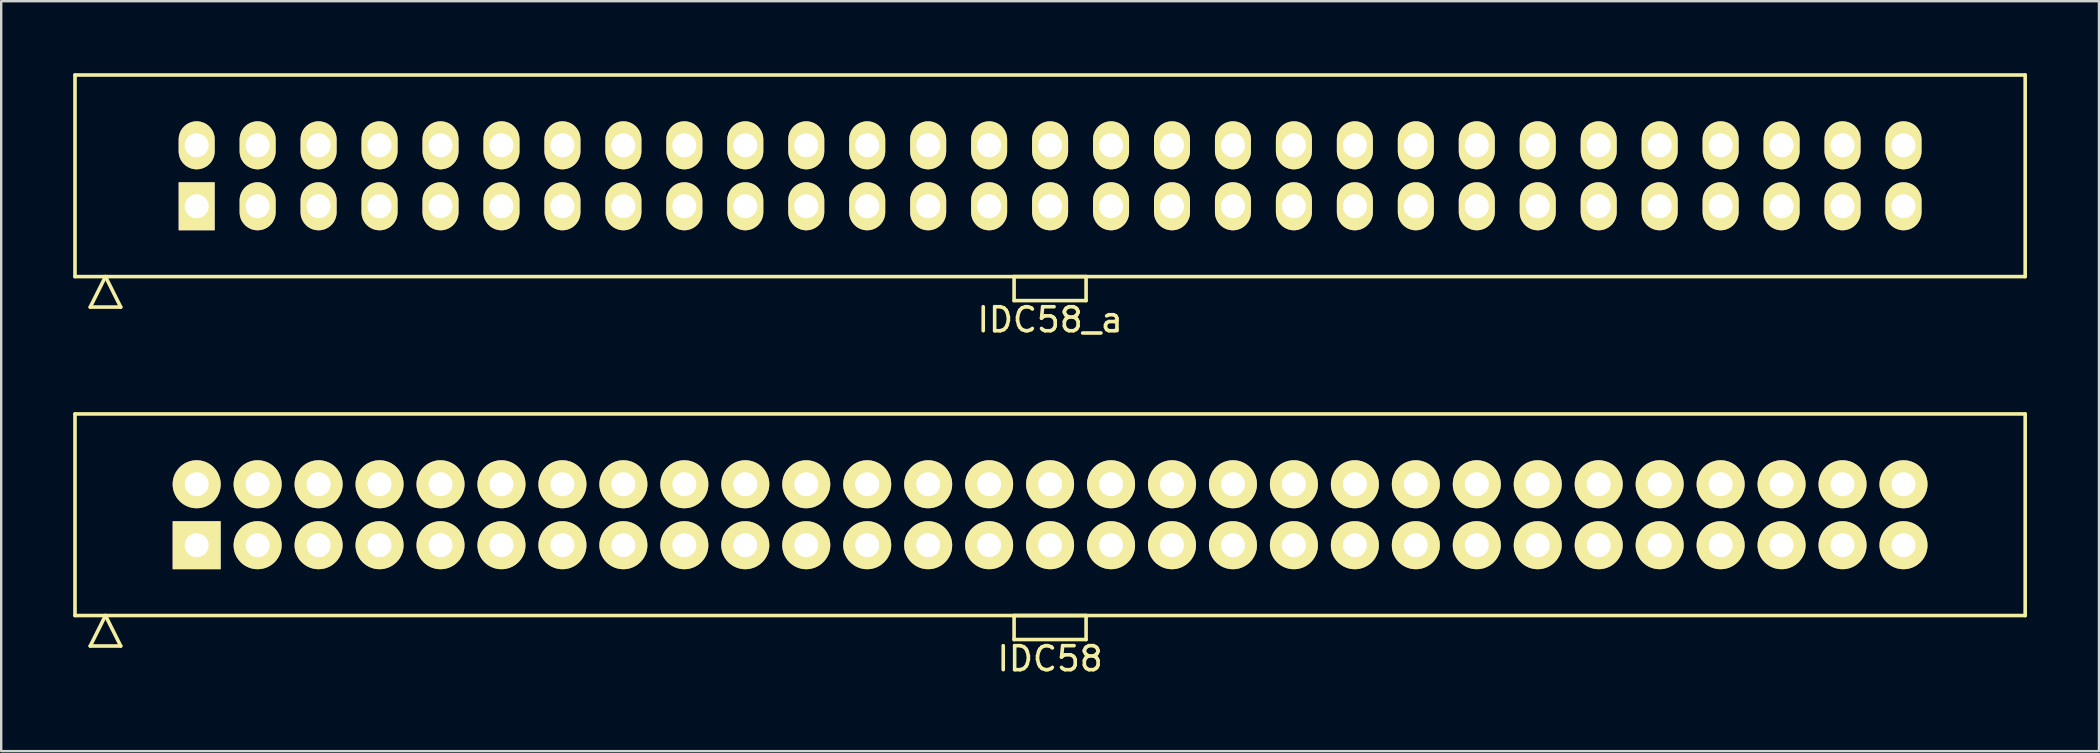
<source format=kicad_pcb>
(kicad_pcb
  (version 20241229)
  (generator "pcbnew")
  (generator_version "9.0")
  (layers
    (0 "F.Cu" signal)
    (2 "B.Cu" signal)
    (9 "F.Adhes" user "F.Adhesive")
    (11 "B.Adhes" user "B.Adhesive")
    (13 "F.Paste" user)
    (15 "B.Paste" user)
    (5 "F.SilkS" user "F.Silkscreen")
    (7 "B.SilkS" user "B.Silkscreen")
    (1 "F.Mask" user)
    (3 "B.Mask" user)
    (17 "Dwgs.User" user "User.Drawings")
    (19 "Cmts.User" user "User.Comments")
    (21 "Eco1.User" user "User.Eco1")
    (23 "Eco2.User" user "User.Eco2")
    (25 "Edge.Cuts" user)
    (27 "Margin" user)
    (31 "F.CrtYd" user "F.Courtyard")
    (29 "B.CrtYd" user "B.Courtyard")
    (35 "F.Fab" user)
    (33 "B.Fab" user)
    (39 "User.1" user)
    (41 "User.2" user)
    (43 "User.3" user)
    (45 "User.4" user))
  (footprint "IDC58"
    (layer "F.Cu")
    (at 40.705 18.398)
    (property "Reference" "IDC58" (at 0 6 0) (layer "F.SilkS") (effects (font (size 1 1) (thickness 0.15))))
    (attr through_hole)
    (fp_line (start -40.63 -4.2) (end -40.63 4.2) (stroke (width 0.15) (type solid)) (layer "F.SilkS"))
    (fp_line (start -40.63 4.2) (end 40.63 4.2) (stroke (width 0.15) (type solid)) (layer "F.SilkS"))
    (fp_line (start -39.995 5.47) (end -39.36 4.2) (stroke (width 0.15) (type solid)) (layer "F.SilkS"))
    (fp_line (start -39.995 5.47) (end -38.725 5.47) (stroke (width 0.15) (type solid)) (layer "F.SilkS"))
    (fp_line (start -38.725 5.47) (end -39.36 4.2) (stroke (width 0.15) (type solid)) (layer "F.SilkS"))
    (fp_line (start -1.5 4.2) (end -1.5 5.2) (stroke (width 0.15) (type solid)) (layer "F.SilkS"))
    (fp_line (start -1.5 5.2) (end 1.5 5.2) (stroke (width 0.15) (type solid)) (layer "F.SilkS"))
    (fp_line (start 1.5 4.2) (end -1.5 4.2) (stroke (width 0.15) (type solid)) (layer "F.SilkS"))
    (fp_line (start 1.5 5.2) (end 1.5 4.2) (stroke (width 0.15) (type solid)) (layer "F.SilkS"))
    (fp_line (start 40.63 -4.2) (end -40.63 -4.2) (stroke (width 0.15) (type solid)) (layer "F.SilkS"))
    (fp_line (start 40.63 4.2) (end 40.63 -4.2) (stroke (width 0.15) (type solid)) (layer "F.SilkS"))
    (pad "1" thru_hole rect (at -35.56 1.27) (size 2 2) (drill 1) (layers "*.Cu" "*.Mask" "F.SilkS"))
    (pad "2" thru_hole oval (at -35.56 -1.27) (size 2 2) (drill 1) (layers "*.Cu" "*.Mask" "F.SilkS"))
    (pad "3" thru_hole oval (at -33.02 1.27) (size 2 2) (drill 1) (layers "*.Cu" "*.Mask" "F.SilkS"))
    (pad "4" thru_hole oval (at -33.02 -1.27) (size 2 2) (drill 1) (layers "*.Cu" "*.Mask" "F.SilkS"))
    (pad "5" thru_hole oval (at -30.48 1.27) (size 2 2) (drill 1) (layers "*.Cu" "*.Mask" "F.SilkS"))
    (pad "6" thru_hole oval (at -30.48 -1.27) (size 2 2) (drill 1) (layers "*.Cu" "*.Mask" "F.SilkS"))
    (pad "7" thru_hole oval (at -27.94 1.27) (size 2 2) (drill 1) (layers "*.Cu" "*.Mask" "F.SilkS"))
    (pad "8" thru_hole oval (at -27.94 -1.27) (size 2 2) (drill 1) (layers "*.Cu" "*.Mask" "F.SilkS"))
    (pad "9" thru_hole oval (at -25.4 1.27) (size 2 2) (drill 1) (layers "*.Cu" "*.Mask" "F.SilkS"))
    (pad "10" thru_hole oval (at -25.4 -1.27) (size 2 2) (drill 1) (layers "*.Cu" "*.Mask" "F.SilkS"))
    (pad "11" thru_hole oval (at -22.86 1.27) (size 2 2) (drill 1) (layers "*.Cu" "*.Mask" "F.SilkS"))
    (pad "12" thru_hole oval (at -22.86 -1.27) (size 2 2) (drill 1) (layers "*.Cu" "*.Mask" "F.SilkS"))
    (pad "13" thru_hole oval (at -20.32 1.27) (size 2 2) (drill 1) (layers "*.Cu" "*.Mask" "F.SilkS"))
    (pad "14" thru_hole oval (at -20.32 -1.27) (size 2 2) (drill 1) (layers "*.Cu" "*.Mask" "F.SilkS"))
    (pad "15" thru_hole oval (at -17.78 1.27) (size 2 2) (drill 1) (layers "*.Cu" "*.Mask" "F.SilkS"))
    (pad "16" thru_hole oval (at -17.78 -1.27) (size 2 2) (drill 1) (layers "*.Cu" "*.Mask" "F.SilkS"))
    (pad "17" thru_hole oval (at -15.24 1.27) (size 2 2) (drill 1) (layers "*.Cu" "*.Mask" "F.SilkS"))
    (pad "18" thru_hole oval (at -15.24 -1.27) (size 2 2) (drill 1) (layers "*.Cu" "*.Mask" "F.SilkS"))
    (pad "19" thru_hole oval (at -12.7 1.27) (size 2 2) (drill 1) (layers "*.Cu" "*.Mask" "F.SilkS"))
    (pad "20" thru_hole oval (at -12.7 -1.27) (size 2 2) (drill 1) (layers "*.Cu" "*.Mask" "F.SilkS"))
    (pad "21" thru_hole oval (at -10.16 1.27) (size 2 2) (drill 1) (layers "*.Cu" "*.Mask" "F.SilkS"))
    (pad "22" thru_hole oval (at -10.16 -1.27) (size 2 2) (drill 1) (layers "*.Cu" "*.Mask" "F.SilkS"))
    (pad "23" thru_hole oval (at -7.62 1.27) (size 2 2) (drill 1) (layers "*.Cu" "*.Mask" "F.SilkS"))
    (pad "24" thru_hole oval (at -7.62 -1.27) (size 2 2) (drill 1) (layers "*.Cu" "*.Mask" "F.SilkS"))
    (pad "25" thru_hole oval (at -5.08 1.27) (size 2 2) (drill 1) (layers "*.Cu" "*.Mask" "F.SilkS"))
    (pad "26" thru_hole oval (at -5.08 -1.27) (size 2 2) (drill 1) (layers "*.Cu" "*.Mask" "F.SilkS"))
    (pad "27" thru_hole oval (at -2.54 1.27) (size 2 2) (drill 1) (layers "*.Cu" "*.Mask" "F.SilkS"))
    (pad "28" thru_hole oval (at -2.54 -1.27) (size 2 2) (drill 1) (layers "*.Cu" "*.Mask" "F.SilkS"))
    (pad "29" thru_hole oval (at 0 1.27) (size 2 2) (drill 1) (layers "*.Cu" "*.Mask" "F.SilkS"))
    (pad "30" thru_hole oval (at 0 -1.27) (size 2 2) (drill 1) (layers "*.Cu" "*.Mask" "F.SilkS"))
    (pad "31" thru_hole oval (at 2.54 1.27) (size 2 2) (drill 1) (layers "*.Cu" "*.Mask" "F.SilkS"))
    (pad "32" thru_hole oval (at 2.54 -1.27) (size 2 2) (drill 1) (layers "*.Cu" "*.Mask" "F.SilkS"))
    (pad "33" thru_hole oval (at 5.08 1.27) (size 2 2) (drill 1) (layers "*.Cu" "*.Mask" "F.SilkS"))
    (pad "34" thru_hole oval (at 5.08 -1.27) (size 2 2) (drill 1) (layers "*.Cu" "*.Mask" "F.SilkS"))
    (pad "35" thru_hole oval (at 7.62 1.27) (size 2 2) (drill 1) (layers "*.Cu" "*.Mask" "F.SilkS"))
    (pad "36" thru_hole oval (at 7.62 -1.27) (size 2 2) (drill 1) (layers "*.Cu" "*.Mask" "F.SilkS"))
    (pad "37" thru_hole oval (at 10.16 1.27) (size 2 2) (drill 1) (layers "*.Cu" "*.Mask" "F.SilkS"))
    (pad "38" thru_hole oval (at 10.16 -1.27) (size 2 2) (drill 1) (layers "*.Cu" "*.Mask" "F.SilkS"))
    (pad "39" thru_hole oval (at 12.7 1.27) (size 2 2) (drill 1) (layers "*.Cu" "*.Mask" "F.SilkS"))
    (pad "40" thru_hole oval (at 12.7 -1.27) (size 2 2) (drill 1) (layers "*.Cu" "*.Mask" "F.SilkS"))
    (pad "41" thru_hole oval (at 15.24 1.27) (size 2 2) (drill 1) (layers "*.Cu" "*.Mask" "F.SilkS"))
    (pad "42" thru_hole oval (at 15.24 -1.27) (size 2 2) (drill 1) (layers "*.Cu" "*.Mask" "F.SilkS"))
    (pad "43" thru_hole oval (at 17.78 1.27) (size 2 2) (drill 1) (layers "*.Cu" "*.Mask" "F.SilkS"))
    (pad "44" thru_hole oval (at 17.78 -1.27) (size 2 2) (drill 1) (layers "*.Cu" "*.Mask" "F.SilkS"))
    (pad "45" thru_hole oval (at 20.32 1.27) (size 2 2) (drill 1) (layers "*.Cu" "*.Mask" "F.SilkS"))
    (pad "46" thru_hole oval (at 20.32 -1.27) (size 2 2) (drill 1) (layers "*.Cu" "*.Mask" "F.SilkS"))
    (pad "47" thru_hole oval (at 22.86 1.27) (size 2 2) (drill 1) (layers "*.Cu" "*.Mask" "F.SilkS"))
    (pad "48" thru_hole oval (at 22.86 -1.27) (size 2 2) (drill 1) (layers "*.Cu" "*.Mask" "F.SilkS"))
    (pad "49" thru_hole oval (at 25.4 1.27) (size 2 2) (drill 1) (layers "*.Cu" "*.Mask" "F.SilkS"))
    (pad "50" thru_hole oval (at 25.4 -1.27) (size 2 2) (drill 1) (layers "*.Cu" "*.Mask" "F.SilkS"))
    (pad "51" thru_hole oval (at 27.94 1.27) (size 2 2) (drill 1) (layers "*.Cu" "*.Mask" "F.SilkS"))
    (pad "52" thru_hole oval (at 27.94 -1.27) (size 2 2) (drill 1) (layers "*.Cu" "*.Mask" "F.SilkS"))
    (pad "53" thru_hole oval (at 30.48 1.27) (size 2 2) (drill 1) (layers "*.Cu" "*.Mask" "F.SilkS"))
    (pad "54" thru_hole oval (at 30.48 -1.27) (size 2 2) (drill 1) (layers "*.Cu" "*.Mask" "F.SilkS"))
    (pad "55" thru_hole oval (at 33.02 1.27) (size 2 2) (drill 1) (layers "*.Cu" "*.Mask" "F.SilkS"))
    (pad "56" thru_hole oval (at 33.02 -1.27) (size 2 2) (drill 1) (layers "*.Cu" "*.Mask" "F.SilkS"))
    (pad "57" thru_hole oval (at 35.56 1.27) (size 2 2) (drill 1) (layers "*.Cu" "*.Mask" "F.SilkS"))
    (pad "58" thru_hole oval (at 35.56 -1.27) (size 2 2) (drill 1) (layers "*.Cu" "*.Mask" "F.SilkS")))
  (footprint "IDC58_a"
    (layer "F.Cu")
    (at 40.705 4.275)
    (property "Reference" "IDC58_a" (at 0 6 0) (layer "F.SilkS") (effects (font (size 1 1) (thickness 0.15))))
    (attr through_hole)
    (fp_line (start -40.63 -4.2) (end -40.63 4.2) (stroke (width 0.15) (type solid)) (layer "F.SilkS"))
    (fp_line (start -40.63 4.2) (end 40.63 4.2) (stroke (width 0.15) (type solid)) (layer "F.SilkS"))
    (fp_line (start -39.995 5.47) (end -39.36 4.2) (stroke (width 0.15) (type solid)) (layer "F.SilkS"))
    (fp_line (start -39.995 5.47) (end -38.725 5.47) (stroke (width 0.15) (type solid)) (layer "F.SilkS"))
    (fp_line (start -38.725 5.47) (end -39.36 4.2) (stroke (width 0.15) (type solid)) (layer "F.SilkS"))
    (fp_line (start -1.5 4.2) (end -1.5 5.2) (stroke (width 0.15) (type solid)) (layer "F.SilkS"))
    (fp_line (start -1.5 5.2) (end 1.5 5.2) (stroke (width 0.15) (type solid)) (layer "F.SilkS"))
    (fp_line (start 1.5 4.2) (end -1.5 4.2) (stroke (width 0.15) (type solid)) (layer "F.SilkS"))
    (fp_line (start 1.5 5.2) (end 1.5 4.2) (stroke (width 0.15) (type solid)) (layer "F.SilkS"))
    (fp_line (start 40.63 -4.2) (end -40.63 -4.2) (stroke (width 0.15) (type solid)) (layer "F.SilkS"))
    (fp_line (start 40.63 4.2) (end 40.63 -4.2) (stroke (width 0.15) (type solid)) (layer "F.SilkS"))
    (pad "1" thru_hole rect (at -35.56 1.27) (size 1.5 2) (drill 1) (layers "*.Cu" "*.Mask" "F.SilkS"))
    (pad "2" thru_hole oval (at -35.56 -1.27) (size 1.5 2) (drill 1) (layers "*.Cu" "*.Mask" "F.SilkS"))
    (pad "3" thru_hole oval (at -33.02 1.27) (size 1.5 2) (drill 1) (layers "*.Cu" "*.Mask" "F.SilkS"))
    (pad "4" thru_hole oval (at -33.02 -1.27) (size 1.5 2) (drill 1) (layers "*.Cu" "*.Mask" "F.SilkS"))
    (pad "5" thru_hole oval (at -30.48 1.27) (size 1.5 2) (drill 1) (layers "*.Cu" "*.Mask" "F.SilkS"))
    (pad "6" thru_hole oval (at -30.48 -1.27) (size 1.5 2) (drill 1) (layers "*.Cu" "*.Mask" "F.SilkS"))
    (pad "7" thru_hole oval (at -27.94 1.27) (size 1.5 2) (drill 1) (layers "*.Cu" "*.Mask" "F.SilkS"))
    (pad "8" thru_hole oval (at -27.94 -1.27) (size 1.5 2) (drill 1) (layers "*.Cu" "*.Mask" "F.SilkS"))
    (pad "9" thru_hole oval (at -25.4 1.27) (size 1.5 2) (drill 1) (layers "*.Cu" "*.Mask" "F.SilkS"))
    (pad "10" thru_hole oval (at -25.4 -1.27) (size 1.5 2) (drill 1) (layers "*.Cu" "*.Mask" "F.SilkS"))
    (pad "11" thru_hole oval (at -22.86 1.27) (size 1.5 2) (drill 1) (layers "*.Cu" "*.Mask" "F.SilkS"))
    (pad "12" thru_hole oval (at -22.86 -1.27) (size 1.5 2) (drill 1) (layers "*.Cu" "*.Mask" "F.SilkS"))
    (pad "13" thru_hole oval (at -20.32 1.27) (size 1.5 2) (drill 1) (layers "*.Cu" "*.Mask" "F.SilkS"))
    (pad "14" thru_hole oval (at -20.32 -1.27) (size 1.5 2) (drill 1) (layers "*.Cu" "*.Mask" "F.SilkS"))
    (pad "15" thru_hole oval (at -17.78 1.27) (size 1.5 2) (drill 1) (layers "*.Cu" "*.Mask" "F.SilkS"))
    (pad "16" thru_hole oval (at -17.78 -1.27) (size 1.5 2) (drill 1) (layers "*.Cu" "*.Mask" "F.SilkS"))
    (pad "17" thru_hole oval (at -15.24 1.27) (size 1.5 2) (drill 1) (layers "*.Cu" "*.Mask" "F.SilkS"))
    (pad "18" thru_hole oval (at -15.24 -1.27) (size 1.5 2) (drill 1) (layers "*.Cu" "*.Mask" "F.SilkS"))
    (pad "19" thru_hole oval (at -12.7 1.27) (size 1.5 2) (drill 1) (layers "*.Cu" "*.Mask" "F.SilkS"))
    (pad "20" thru_hole oval (at -12.7 -1.27) (size 1.5 2) (drill 1) (layers "*.Cu" "*.Mask" "F.SilkS"))
    (pad "21" thru_hole oval (at -10.16 1.27) (size 1.5 2) (drill 1) (layers "*.Cu" "*.Mask" "F.SilkS"))
    (pad "22" thru_hole oval (at -10.16 -1.27) (size 1.5 2) (drill 1) (layers "*.Cu" "*.Mask" "F.SilkS"))
    (pad "23" thru_hole oval (at -7.62 1.27) (size 1.5 2) (drill 1) (layers "*.Cu" "*.Mask" "F.SilkS"))
    (pad "24" thru_hole oval (at -7.62 -1.27) (size 1.5 2) (drill 1) (layers "*.Cu" "*.Mask" "F.SilkS"))
    (pad "25" thru_hole oval (at -5.08 1.27) (size 1.5 2) (drill 1) (layers "*.Cu" "*.Mask" "F.SilkS"))
    (pad "26" thru_hole oval (at -5.08 -1.27) (size 1.5 2) (drill 1) (layers "*.Cu" "*.Mask" "F.SilkS"))
    (pad "27" thru_hole oval (at -2.54 1.27) (size 1.5 2) (drill 1) (layers "*.Cu" "*.Mask" "F.SilkS"))
    (pad "28" thru_hole oval (at -2.54 -1.27) (size 1.5 2) (drill 1) (layers "*.Cu" "*.Mask" "F.SilkS"))
    (pad "29" thru_hole oval (at 0 1.27) (size 1.5 2) (drill 1) (layers "*.Cu" "*.Mask" "F.SilkS"))
    (pad "30" thru_hole oval (at 0 -1.27) (size 1.5 2) (drill 1) (layers "*.Cu" "*.Mask" "F.SilkS"))
    (pad "31" thru_hole oval (at 2.54 1.27) (size 1.5 2) (drill 1) (layers "*.Cu" "*.Mask" "F.SilkS"))
    (pad "32" thru_hole oval (at 2.54 -1.27) (size 1.5 2) (drill 1) (layers "*.Cu" "*.Mask" "F.SilkS"))
    (pad "33" thru_hole oval (at 5.08 1.27) (size 1.5 2) (drill 1) (layers "*.Cu" "*.Mask" "F.SilkS"))
    (pad "34" thru_hole oval (at 5.08 -1.27) (size 1.5 2) (drill 1) (layers "*.Cu" "*.Mask" "F.SilkS"))
    (pad "35" thru_hole oval (at 7.62 1.27) (size 1.5 2) (drill 1) (layers "*.Cu" "*.Mask" "F.SilkS"))
    (pad "36" thru_hole oval (at 7.62 -1.27) (size 1.5 2) (drill 1) (layers "*.Cu" "*.Mask" "F.SilkS"))
    (pad "37" thru_hole oval (at 10.16 1.27) (size 1.5 2) (drill 1) (layers "*.Cu" "*.Mask" "F.SilkS"))
    (pad "38" thru_hole oval (at 10.16 -1.27) (size 1.5 2) (drill 1) (layers "*.Cu" "*.Mask" "F.SilkS"))
    (pad "39" thru_hole oval (at 12.7 1.27) (size 1.5 2) (drill 1) (layers "*.Cu" "*.Mask" "F.SilkS"))
    (pad "40" thru_hole oval (at 12.7 -1.27) (size 1.5 2) (drill 1) (layers "*.Cu" "*.Mask" "F.SilkS"))
    (pad "41" thru_hole oval (at 15.24 1.27) (size 1.5 2) (drill 1) (layers "*.Cu" "*.Mask" "F.SilkS"))
    (pad "42" thru_hole oval (at 15.24 -1.27) (size 1.5 2) (drill 1) (layers "*.Cu" "*.Mask" "F.SilkS"))
    (pad "43" thru_hole oval (at 17.78 1.27) (size 1.5 2) (drill 1) (layers "*.Cu" "*.Mask" "F.SilkS"))
    (pad "44" thru_hole oval (at 17.78 -1.27) (size 1.5 2) (drill 1) (layers "*.Cu" "*.Mask" "F.SilkS"))
    (pad "45" thru_hole oval (at 20.32 1.27) (size 1.5 2) (drill 1) (layers "*.Cu" "*.Mask" "F.SilkS"))
    (pad "46" thru_hole oval (at 20.32 -1.27) (size 1.5 2) (drill 1) (layers "*.Cu" "*.Mask" "F.SilkS"))
    (pad "47" thru_hole oval (at 22.86 1.27) (size 1.5 2) (drill 1) (layers "*.Cu" "*.Mask" "F.SilkS"))
    (pad "48" thru_hole oval (at 22.86 -1.27) (size 1.5 2) (drill 1) (layers "*.Cu" "*.Mask" "F.SilkS"))
    (pad "49" thru_hole oval (at 25.4 1.27) (size 1.5 2) (drill 1) (layers "*.Cu" "*.Mask" "F.SilkS"))
    (pad "50" thru_hole oval (at 25.4 -1.27) (size 1.5 2) (drill 1) (layers "*.Cu" "*.Mask" "F.SilkS"))
    (pad "51" thru_hole oval (at 27.94 1.27) (size 1.5 2) (drill 1) (layers "*.Cu" "*.Mask" "F.SilkS"))
    (pad "52" thru_hole oval (at 27.94 -1.27) (size 1.5 2) (drill 1) (layers "*.Cu" "*.Mask" "F.SilkS"))
    (pad "53" thru_hole oval (at 30.48 1.27) (size 1.5 2) (drill 1) (layers "*.Cu" "*.Mask" "F.SilkS"))
    (pad "54" thru_hole oval (at 30.48 -1.27) (size 1.5 2) (drill 1) (layers "*.Cu" "*.Mask" "F.SilkS"))
    (pad "55" thru_hole oval (at 33.02 1.27) (size 1.5 2) (drill 1) (layers "*.Cu" "*.Mask" "F.SilkS"))
    (pad "56" thru_hole oval (at 33.02 -1.27) (size 1.5 2) (drill 1) (layers "*.Cu" "*.Mask" "F.SilkS"))
    (pad "57" thru_hole oval (at 35.56 1.27) (size 1.5 2) (drill 1) (layers "*.Cu" "*.Mask" "F.SilkS"))
    (pad "58" thru_hole oval (at 35.56 -1.27) (size 1.5 2) (drill 1) (layers "*.Cu" "*.Mask" "F.SilkS")))
  (gr_rect
    (start -3 -3)
    (end 84.41 28.247)
    (stroke (width 0.1) (type default))
    (fill no)
    (layer "Edge.Cuts")))
</source>
